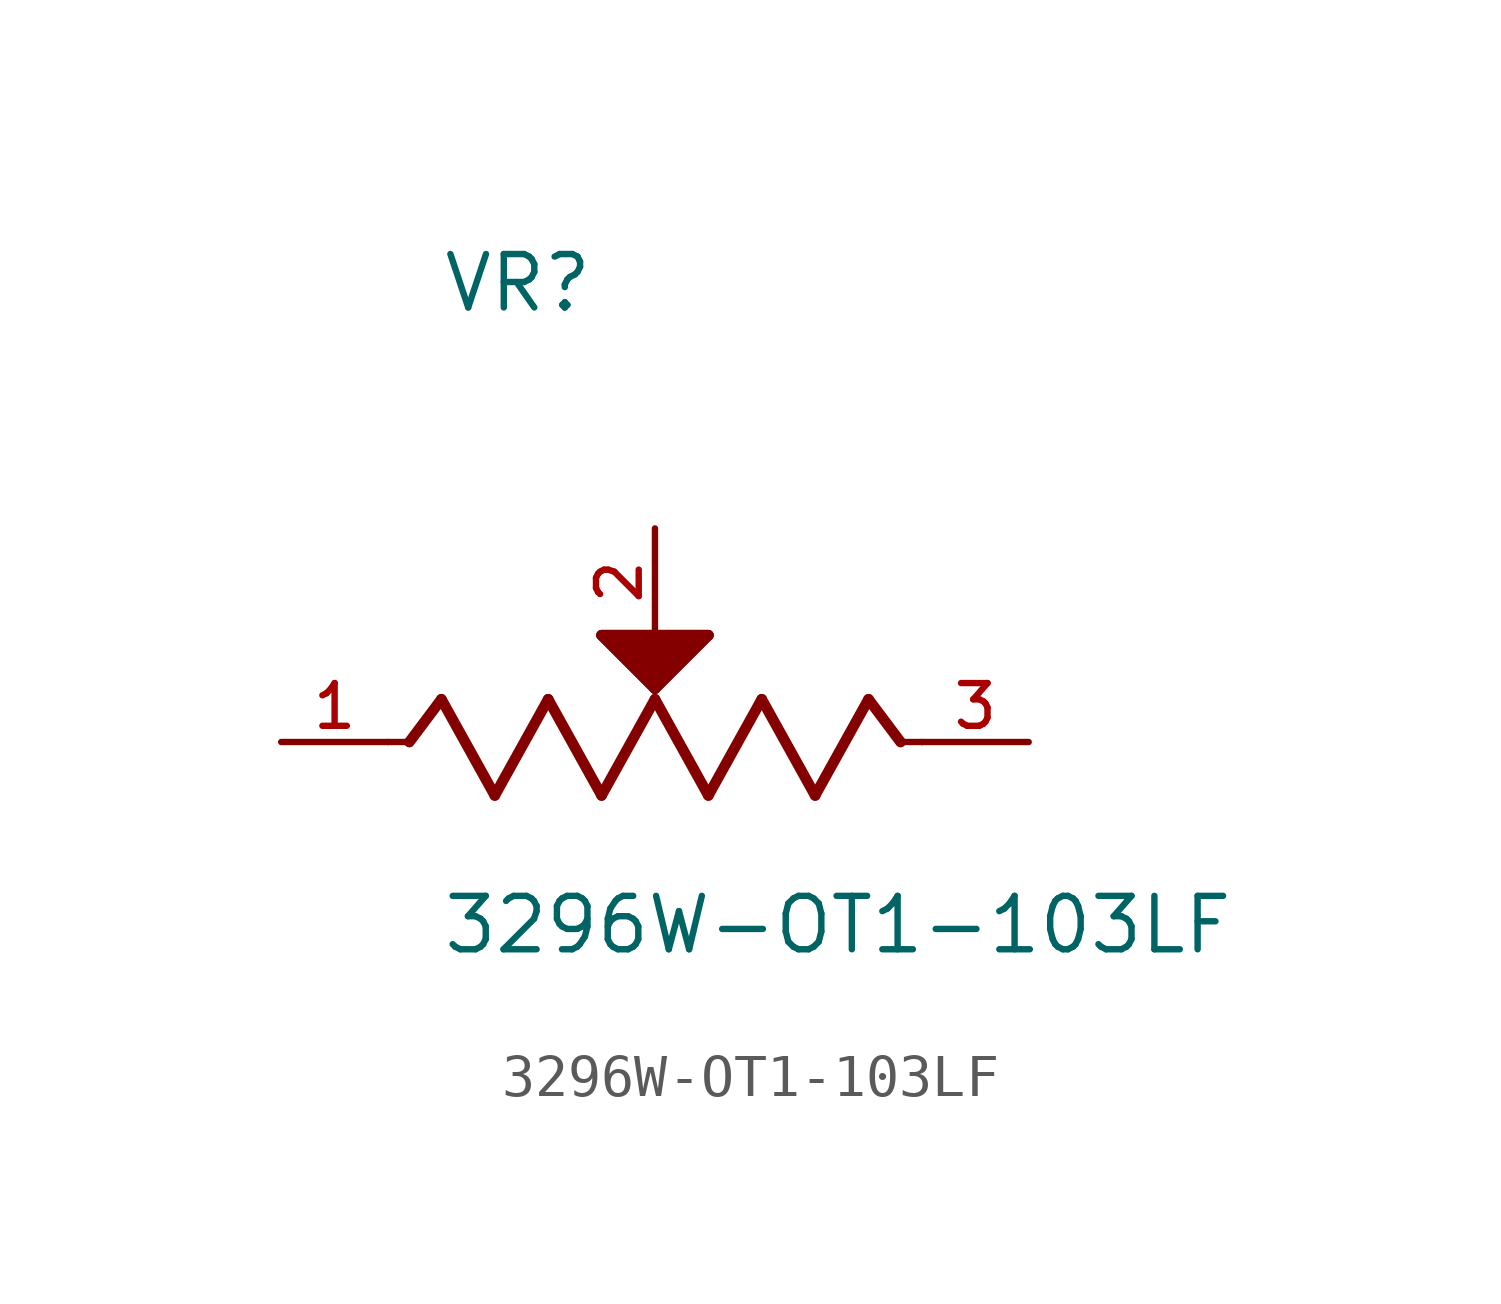
<source format=kicad_sym>
(kicad_symbol_lib
  (version 20211014)
  (generator kicad_symbol_editor)
  (symbol "3296W-OT1-103LF"
    (pin_names
      (offset 1.016))
    (property "Reference" "VR"
      (at -5.087 10.174 0)
      (effects (font (size 1.27 1.27)) (justify bottom left)))
    (property "Value" "3296W-OT1-103LF"
      (at -5.093 -5.093 0)
      (effects (font (size 1.27 1.27)) (justify bottom left)))
    (symbol "3296W-OT1-103LF_0_0"
      (polyline (pts (xy -6.35 0.0) (xy -5.842 0.0)) (stroke (width 0.152)))
      (polyline (pts (xy -5.842 0.0) (xy -5.08 1.016)) (stroke (width 0.254)))
      (polyline (pts (xy -5.08 1.016) (xy -3.81 -1.27)) (stroke (width 0.254)))
      (polyline (pts (xy -3.81 -1.27) (xy -2.54 1.016)) (stroke (width 0.254)))
      (polyline (pts (xy -2.54 1.016) (xy -1.27 -1.27)) (stroke (width 0.254)))
      (polyline (pts (xy -1.27 -1.27) (xy 0.0 1.016)) (stroke (width 0.254)))
      (polyline (pts (xy 0.0 1.016) (xy 1.27 -1.27)) (stroke (width 0.254)))
      (polyline (pts (xy 1.27 -1.27) (xy 2.54 1.016)) (stroke (width 0.254)))
      (polyline (pts (xy 2.54 1.016) (xy 3.81 -1.27)) (stroke (width 0.254)))
      (polyline (pts (xy 3.81 -1.27) (xy 5.08 1.016)) (stroke (width 0.254)))
      (polyline (pts (xy 5.842 0.0) (xy 5.08 1.016)) (stroke (width 0.254)))
      (polyline (pts (xy 5.842 0.0) (xy 6.35 0.0)) (stroke (width 0.152)))
      (polyline (pts (xy 0.0 1.27) (xy -1.27 2.54)) (stroke (width 0.254)))
      (polyline (pts (xy -1.27 2.54) (xy 1.27 2.54)) (stroke (width 0.254)))
      (polyline (pts (xy 1.27 2.54) (xy 0.0 1.27)) (stroke (width 0.254)))
      (polyline (pts (xy -1.27 2.54) (xy 1.27 2.54) (xy 0.0 1.27) (xy -1.27 2.54)) (stroke (width 0.254)) (fill (type outline)))
      (pin passive line (at -8.89 0.0 0) (length 2.54) (name "~" (effects (font (size 1.016 1.016)))) (number "1" (effects (font (size 1.016 1.016)))))
      (pin passive line (at 8.89 0.0 180.0) (length 2.54) (name "~" (effects (font (size 1.016 1.016)))) (number "3" (effects (font (size 1.016 1.016)))))
      (pin passive line (at 0.0 5.08 270.0) (length 2.54) (name "~" (effects (font (size 1.016 1.016)))) (number "2" (effects (font (size 1.016 1.016))))))))
</source>
